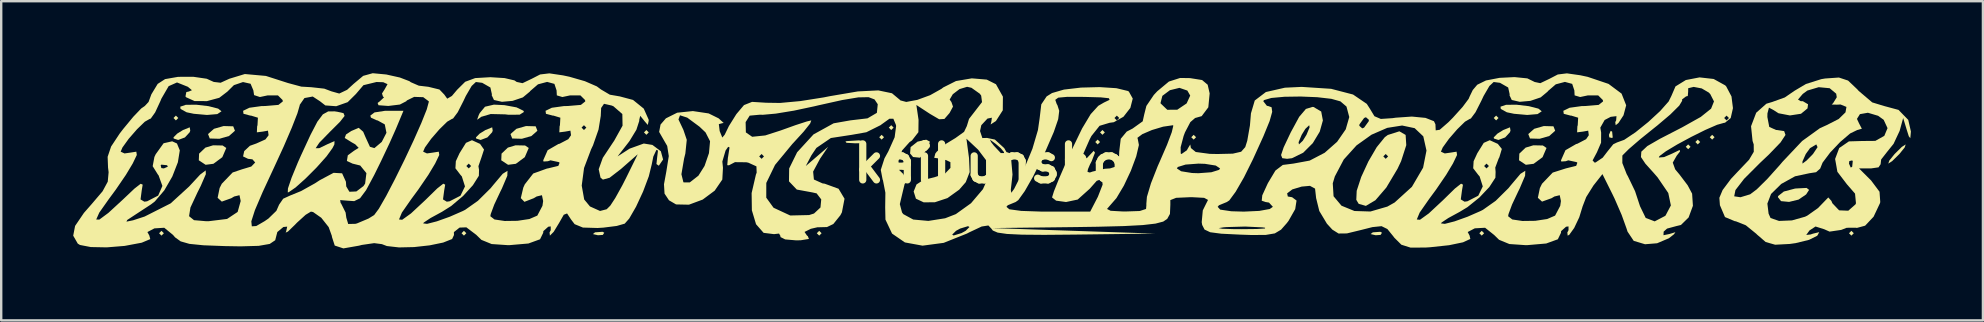
<source format=kicad_pcb>
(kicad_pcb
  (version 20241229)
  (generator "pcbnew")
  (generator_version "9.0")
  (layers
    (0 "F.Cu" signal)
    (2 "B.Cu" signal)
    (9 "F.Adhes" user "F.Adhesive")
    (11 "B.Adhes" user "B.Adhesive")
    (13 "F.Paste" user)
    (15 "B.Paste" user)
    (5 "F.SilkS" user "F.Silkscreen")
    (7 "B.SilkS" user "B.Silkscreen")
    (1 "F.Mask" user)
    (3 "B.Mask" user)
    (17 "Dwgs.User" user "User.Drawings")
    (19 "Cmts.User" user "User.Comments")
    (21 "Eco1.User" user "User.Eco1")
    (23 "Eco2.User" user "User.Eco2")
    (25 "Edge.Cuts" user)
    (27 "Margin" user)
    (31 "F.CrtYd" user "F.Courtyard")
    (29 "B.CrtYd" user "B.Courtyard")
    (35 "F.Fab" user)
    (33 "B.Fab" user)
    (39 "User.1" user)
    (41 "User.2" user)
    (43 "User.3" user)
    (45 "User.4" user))
  (footprint "kaibunsho"
    (layer "F.Cu")
    (at 38.177 3.766)
    (property "Reference" "kaibunsho" (at 0 0 0) (layer "F.SilkS") (effects (font (size 1.5 1.5) (thickness 0.3))))
    (attr board_only exclude_from_pos_files exclude_from_bom)
    (fp_poly (pts (xy -34.4 2.9) (xy -34.5 3) (xy -34.6 2.9) (xy -34.5 2.8)) (stroke (width 0) (type solid)) (fill yes) (layer "F.SilkS"))
    (fp_poly (pts (xy -33.8 -1.9) (xy -33.9 -1.8) (xy -34 -1.9) (xy -33.9 -2)) (stroke (width 0) (type solid)) (fill yes) (layer "F.SilkS"))
    (fp_poly (pts (xy -21.8 2.9) (xy -21.9 3) (xy -22 2.9) (xy -21.9 2.8)) (stroke (width 0) (type solid)) (fill yes) (layer "F.SilkS"))
    (fp_poly (pts (xy -14.2 -1.3) (xy -14.3 -1.2) (xy -14.4 -1.3) (xy -14.3 -1.4)) (stroke (width 0) (type solid)) (fill yes) (layer "F.SilkS"))
    (fp_poly (pts (xy -7 2.9) (xy -7.1 3) (xy -7.2 2.9) (xy -7.1 2.8)) (stroke (width 0) (type solid)) (fill yes) (layer "F.SilkS"))
    (fp_poly (pts (xy -4.4 -1.1) (xy -4.5 -1) (xy -4.6 -1.1) (xy -4.5 -1.2)) (stroke (width 0) (type solid)) (fill yes) (layer "F.SilkS"))
    (fp_poly (pts (xy -4 -1.5) (xy -4.1 -1.4) (xy -4.2 -1.5) (xy -4.1 -1.6)) (stroke (width 0) (type solid)) (fill yes) (layer "F.SilkS"))
    (fp_poly (pts (xy 4.6 -0.9) (xy 4.5 -0.8) (xy 4.4 -0.9) (xy 4.5 -1)) (stroke (width 0) (type solid)) (fill yes) (layer "F.SilkS"))
    (fp_poly (pts (xy 4.8 -1.3) (xy 4.7 -1.2) (xy 4.6 -1.3) (xy 4.7 -1.4)) (stroke (width 0) (type solid)) (fill yes) (layer "F.SilkS"))
    (fp_poly (pts (xy 8.6 -1.1) (xy 8.5 -1) (xy 8.4 -1.1) (xy 8.5 -1.2)) (stroke (width 0) (type solid)) (fill yes) (layer "F.SilkS"))
    (fp_poly (pts (xy 20.6 2.9) (xy 20.5 3) (xy 20.4 2.9) (xy 20.5 2.8)) (stroke (width 0) (type solid)) (fill yes) (layer "F.SilkS"))
    (fp_poly (pts (xy 21.2 -1.9) (xy 21.1 -1.8) (xy 21 -1.9) (xy 21.1 -2)) (stroke (width 0) (type solid)) (fill yes) (layer "F.SilkS"))
    (fp_poly (pts (xy 29.2 -0.7) (xy 29.1 -0.6) (xy 29 -0.7) (xy 29.1 -0.8)) (stroke (width 0) (type solid)) (fill yes) (layer "F.SilkS"))
    (fp_poly (pts (xy 29.6 -0.9) (xy 29.5 -0.8) (xy 29.4 -0.9) (xy 29.5 -1)) (stroke (width 0) (type solid)) (fill yes) (layer "F.SilkS"))
    (fp_poly (pts (xy 30.2 -1.1) (xy 30.1 -1) (xy 30 -1.1) (xy 30.1 -1.2)) (stroke (width 0) (type solid)) (fill yes) (layer "F.SilkS"))
    (fp_poly (pts (xy 36 2.9) (xy 35.9 3) (xy 35.8 2.9) (xy 35.9 2.8)) (stroke (width 0) (type solid)) (fill yes) (layer "F.SilkS"))
    (fp_poly (pts (xy -16.054 2.879) (xy -16.114 2.97) (xy -16.317 2.984) (xy -16.53 2.935) (xy -16.438 2.863) (xy -16.125 2.84)) (stroke (width 0) (type solid)) (fill yes) (layer "F.SilkS"))
    (fp_poly (pts (xy 16.346 2.879) (xy 16.286 2.97) (xy 16.083 2.984) (xy 15.87 2.935) (xy 15.963 2.863) (xy 16.275 2.84)) (stroke (width 0) (type solid)) (fill yes) (layer "F.SilkS"))
    (fp_poly (pts (xy 25.933 -1.333) (xy 25.957 -1.096) (xy 25.933 -1.067) (xy 25.814 -1.094) (xy 25.8 -1.2) (xy 25.873 -1.365)) (stroke (width 0) (type solid)) (fill yes) (layer "F.SilkS"))
    (fp_poly (pts (xy -5.25 -0.938) (xy -5.188 -0.88) (xy -5.464 -0.848) (xy -5.6 -0.846) (xy -5.964 -0.867) (xy -6.007 -0.919) (xy -5.95 -0.938) (xy -5.443 -0.969)) (stroke (width 0) (type solid)) (fill yes) (layer "F.SilkS"))
    (fp_poly (pts (xy 38.121 -0.675) (xy 37.9 -0.4) (xy 37.599 -0.104) (xy 37.438 0) (xy 37.479 -0.125) (xy 37.7 -0.4) (xy 38.001 -0.696) (xy 38.162 -0.8)) (stroke (width 0) (type solid)) (fill yes) (layer "F.SilkS"))
    (fp_poly (pts (xy -33.301 -1.374) (xy -33.326 -1.305) (xy -33.523 -1.091) (xy -33.805 -0.985) (xy -33.99 -1.045) (xy -34 -1.093) (xy -33.847 -1.248) (xy -33.605 -1.398) (xy -33.323 -1.512)) (stroke (width 0) (type solid)) (fill yes) (layer "F.SilkS"))
    (fp_poly (pts (xy -31.952 -0.755) (xy -31.8 -0.652) (xy -31.965 -0.268) (xy -32.337 0.008) (xy -32.661 0.049) (xy -32.945 -0.138) (xy -32.933 -0.416) (xy -32.671 -0.666) (xy -32.348 -0.763)) (stroke (width 0) (type solid)) (fill yes) (layer "F.SilkS"))
    (fp_poly (pts (xy -20.701 -1.374) (xy -20.726 -1.305) (xy -20.923 -1.091) (xy -21.205 -0.985) (xy -21.39 -1.045) (xy -21.4 -1.093) (xy -21.247 -1.248) (xy -21.005 -1.398) (xy -20.723 -1.512)) (stroke (width 0) (type solid)) (fill yes) (layer "F.SilkS"))
    (fp_poly (pts (xy -19.352 -0.755) (xy -19.2 -0.652) (xy -19.365 -0.268) (xy -19.737 0.008) (xy -20.061 0.049) (xy -20.345 -0.138) (xy -20.333 -0.416) (xy -20.071 -0.666) (xy -19.748 -0.763)) (stroke (width 0) (type solid)) (fill yes) (layer "F.SilkS"))
    (fp_poly (pts (xy -2.488 -0.915) (xy -2.597 -0.606) (xy -2.6 -0.6) (xy -2.898 -0.246) (xy -3.19 -0.275) (xy -3.314 -0.422) (xy -3.292 -0.688) (xy -3.004 -0.915) (xy -2.643 -0.997)) (stroke (width 0) (type solid)) (fill yes) (layer "F.SilkS"))
    (fp_poly (pts (xy 21.699 -1.374) (xy 21.674 -1.305) (xy 21.477 -1.091) (xy 21.195 -0.985) (xy 21.01 -1.045) (xy 21 -1.093) (xy 21.153 -1.248) (xy 21.395 -1.398) (xy 21.677 -1.512)) (stroke (width 0) (type solid)) (fill yes) (layer "F.SilkS"))
    (fp_poly (pts (xy 23.048 -0.755) (xy 23.2 -0.652) (xy 23.035 -0.268) (xy 22.663 0.008) (xy 22.339 0.049) (xy 22.055 -0.138) (xy 22.067 -0.416) (xy 22.329 -0.666) (xy 22.652 -0.763)) (stroke (width 0) (type solid)) (fill yes) (layer "F.SilkS"))
    (fp_poly (pts (xy -31.511 -1.554) (xy -31.441 -1.373) (xy -31.444 -1.365) (xy -31.687 -1.15) (xy -32.087 -1.035) (xy -32.489 -1.046) (xy -32.559 -1.227) (xy -32.556 -1.235) (xy -32.313 -1.45) (xy -31.913 -1.565)) (stroke (width 0) (type solid)) (fill yes) (layer "F.SilkS"))
    (fp_poly (pts (xy -18.911 -1.554) (xy -18.841 -1.373) (xy -18.844 -1.365) (xy -19.087 -1.15) (xy -19.487 -1.035) (xy -19.889 -1.046) (xy -19.959 -1.227) (xy -19.956 -1.235) (xy -19.713 -1.45) (xy -19.313 -1.565)) (stroke (width 0) (type solid)) (fill yes) (layer "F.SilkS"))
    (fp_poly (pts (xy 23.489 -1.554) (xy 23.559 -1.373) (xy 23.556 -1.365) (xy 23.313 -1.15) (xy 22.913 -1.035) (xy 22.511 -1.046) (xy 22.441 -1.227) (xy 22.444 -1.235) (xy 22.687 -1.45) (xy 23.087 -1.565)) (stroke (width 0) (type solid)) (fill yes) (layer "F.SilkS"))
    (fp_poly (pts (xy -32.537 -2.393) (xy -32.139 -2.291) (xy -32 -2.179) (xy -32.174 -2.063) (xy -32.604 -2.027) (xy -33.154 -2.076) (xy -33.452 -2.138) (xy -33.706 -2.278) (xy -33.717 -2.372) (xy -33.483 -2.451) (xy -33.037 -2.452)) (stroke (width 0) (type solid)) (fill yes) (layer "F.SilkS"))
    (fp_poly (pts (xy 22.463 -2.393) (xy 22.861 -2.291) (xy 23 -2.179) (xy 22.826 -2.063) (xy 22.396 -2.027) (xy 21.846 -2.076) (xy 21.548 -2.138) (xy 21.294 -2.278) (xy 21.283 -2.372) (xy 21.517 -2.451) (xy 21.963 -2.452)) (stroke (width 0) (type solid)) (fill yes) (layer "F.SilkS"))
    (fp_poly (pts (xy 34.138 1.095) (xy 34.013 1.285) (xy 33.699 1.499) (xy 33.304 1.595) (xy 32.97 1.563) (xy 32.839 1.397) (xy 32.849 1.35) (xy 33.085 1.163) (xy 33.55 1.04) (xy 33.603 1.035) (xy 34.035 1.013)) (stroke (width 0) (type solid)) (fill yes) (layer "F.SilkS"))
    (fp_poly (pts (xy -20.216 -2.436) (xy -19.709 -2.343) (xy -19.423 -2.203) (xy -19.4 -2.153) (xy -19.579 -2.038) (xy -20.057 -2.037) (xy -20.182 -2.052) (xy -20.783 -2.066) (xy -21.181 -1.949) (xy -21.206 -1.928) (xy -21.352 -1.826) (xy -21.282 -2.024) (xy -21.241 -2.107) (xy -21.022 -2.37) (xy -20.651 -2.457)) (stroke (width 0) (type solid)) (fill yes) (layer "F.SilkS"))
    (fp_poly (pts (xy 17.33 -1.195) (xy 17.357 -0.769) (xy 17.142 -0.101) (xy 16.992 0.216) (xy 16.524 1) (xy 16.072 1.525) (xy 15.674 1.761) (xy 15.374 1.675) (xy 15.275 1.508) (xy 15.292 1.132) (xy 15.48 0.556) (xy 15.779 -0.092) (xy 15.901 -0.3) (xy 16.4 -0.3) (xy 16.5 -0.2) (xy 16.6 -0.3) (xy 16.5 -0.4) (xy 16.4 -0.3) (xy 15.901 -0.3) (xy 16.127 -0.687) (xy 16.464 -1.102) (xy 16.585 -1.192) (xy 17.07 -1.346)) (stroke (width 0) (type solid)) (fill yes) (layer "F.SilkS"))
    (fp_poly (pts (xy -27.173 -2.16) (xy -26.916 -2.102) (xy -26.871 -1.987) (xy -27.065 -1.74) (xy -27.464 -1.343) (xy -27.925 -0.87) (xy -28.078 -0.641) (xy -27.926 -0.644) (xy -27.572 -0.815) (xy -27.292 -0.937) (xy -27.297 -0.801) (xy -27.374 -0.648) (xy -27.624 -0.302) (xy -28.029 0.152) (xy -28.493 0.617) (xy -28.916 0.996) (xy -29.202 1.191) (xy -29.239 1.2) (xy -29.231 1.033) (xy -29.08 0.588) (xy -28.816 -0.054) (xy -28.684 -0.35) (xy -28.29 -1.201) (xy -28.005 -1.748) (xy -27.777 -2.052) (xy -27.557 -2.174) (xy -27.291 -2.177)) (stroke (width 0) (type solid)) (fill yes) (layer "F.SilkS"))
    (fp_poly (pts (xy 13.496 -2.358) (xy 13.813 -2.17) (xy 13.883 -1.798) (xy 13.751 -1.329) (xy 13.462 -0.852) (xy 13.063 -0.454) (xy 12.596 -0.225) (xy 12.391 -0.2) (xy 12.192 -0.226) (xy 12.141 -0.358) (xy 12.249 -0.677) (xy 12.35 -0.891) (xy 12.871 -0.891) (xy 12.886 -0.8) (xy 13.047 -0.953) (xy 13.2 -1.2) (xy 13.329 -1.509) (xy 13.314 -1.6) (xy 13.153 -1.447) (xy 13 -1.2) (xy 12.871 -0.891) (xy 12.35 -0.891) (xy 12.528 -1.267) (xy 12.548 -1.308) (xy 12.896 -1.949) (xy 13.176 -2.278) (xy 13.45 -2.362)) (stroke (width 0) (type solid)) (fill yes) (layer "F.SilkS"))
    (fp_poly (pts (xy 35.761 -3.46) (xy 36.145 -3.096) (xy 36.203 -3.03) (xy 36.769 -2.55) (xy 37.262 -2.4) (xy 37.863 -2.238) (xy 38.269 -1.822) (xy 38.38 -1.336) (xy 38.354 -1.058) (xy 38.291 -1.141) (xy 38.209 -1.4) (xy 38.057 -1.9) (xy 37.911 -1.365) (xy 37.658 -0.825) (xy 37.387 -0.488) (xy 37.14 -0.172) (xy 37.117 0.027) (xy 37.031 0.155) (xy 36.721 0.2) (xy 36.218 0.2) (xy 36.722 0.703) (xy 37.072 1.171) (xy 37.103 1.603) (xy 37.089 1.653) (xy 36.825 2.212) (xy 36.472 2.586) (xy 36.125 2.68) (xy 36.093 2.67) (xy 35.706 2.673) (xy 35.475 2.762) (xy 34.991 2.833) (xy 34.768 2.734) (xy 34.406 2.62) (xy 34.155 2.784) (xy 34.019 2.972) (xy 34.2 2.952) (xy 34.3 2.918) (xy 34.56 2.855) (xy 34.492 2.985) (xy 34.467 3.011) (xy 34.137 3.175) (xy 33.579 3.312) (xy 33.331 3.347) (xy 32.724 3.379) (xy 32.329 3.266) (xy 31.967 2.954) (xy 31.94 2.925) (xy 31.502 2.569) (xy 31.084 2.402) (xy 31.048 2.4) (xy 30.634 2.227) (xy 30.423 1.733) (xy 30.418 1.664) (xy 32.4 1.664) (xy 32.451 2.085) (xy 32.533 2.267) (xy 32.885 2.388) (xy 33.423 2.366) (xy 33.968 2.213) (xy 34.063 2.167) (xy 34.509 1.852) (xy 34.736 1.617) (xy 34.937 1.409) (xy 35.068 1.554) (xy 35.107 1.65) (xy 35.388 1.946) (xy 35.77 1.962) (xy 36.07 1.699) (xy 36.091 1.651) (xy 36.052 1.25) (xy 35.713 0.86) (xy 35.317 0.341) (xy 35.257 0) (xy 35.8 0) (xy 35.873 0.165) (xy 35.933 0.133) (xy 35.957 -0.104) (xy 35.933 -0.133) (xy 35.814 -0.106) (xy 35.8 0) (xy 35.257 0) (xy 35.222 -0.194) (xy 35.393 -0.649) (xy 35.797 -0.926) (xy 36.341 -0.942) (xy 36.897 -0.947) (xy 37.271 -1.156) (xy 37.406 -1.478) (xy 37.245 -1.825) (xy 37.014 -1.992) (xy 36.588 -2.119) (xy 36.256 -2.061) (xy 36.132 -1.863) (xy 36.219 -1.677) (xy 36.336 -1.453) (xy 36.145 -1.4) (xy 35.85 -1.257) (xy 35.436 -0.904) (xy 35.015 -0.46) (xy 34.7 -0.041) (xy 34.6 0.207) (xy 34.43 0.358) (xy 34.15 0.401) (xy 33.554 0.528) (xy 32.979 0.846) (xy 32.553 1.265) (xy 32.4 1.664) (xy 30.418 1.664) (xy 30.4 1.424) (xy 30.426 1.362) (xy 31.018 1.362) (xy 31.279 1.401) (xy 31.684 1.278) (xy 31.957 1.073) (xy 32.395 0.641) (xy 32.912 0.065) (xy 32.967 0) (xy 33.862 0) (xy 34.036 -0.131) (xy 34.3 -0.4) (xy 34.491 -0.686) (xy 34.438 -0.8) (xy 34.176 -0.643) (xy 34 -0.4) (xy 33.862 -0.09) (xy 33.862 0) (xy 32.967 0) (xy 33.027 -0.072) (xy 33.849 -0.942) (xy 34.589 -1.476) (xy 34.876 -1.606) (xy 35.371 -1.859) (xy 35.655 -2.136) (xy 35.694 -2.362) (xy 35.449 -2.463) (xy 35.3 -2.456) (xy 35.078 -2.461) (xy 35.139 -2.519) (xy 35.291 -2.765) (xy 35.267 -2.913) (xy 34.995 -3.141) (xy 34.538 -3.184) (xy 34.065 -3.043) (xy 33.871 -2.9) (xy 33.676 -2.668) (xy 33.784 -2.602) (xy 33.879 -2.6) (xy 34.094 -2.472) (xy 34.072 -2.3) (xy 33.802 -2.077) (xy 33.34 -2.007) (xy 32.864 -2.098) (xy 32.64 -2.24) (xy 32.466 -2.332) (xy 32.403 -2.092) (xy 32.4 -1.94) (xy 32.479 -1.528) (xy 32.763 -1.401) (xy 32.8 -1.4) (xy 33.099 -1.355) (xy 33.155 -1.195) (xy 32.948 -0.881) (xy 32.46 -0.375) (xy 32.1 -0.035) (xy 31.432 0.633) (xy 31.07 1.102) (xy 31.018 1.362) (xy 30.426 1.362) (xy 30.536 1.1) (xy 30.883 0.636) (xy 31.185 0.315) (xy 31.637 -0.16) (xy 31.834 -0.493) (xy 31.831 -0.799) (xy 31.783 -0.945) (xy 31.72 -1.557) (xy 31.935 -2.12) (xy 32.359 -2.495) (xy 32.602 -2.568) (xy 33.125 -2.756) (xy 33.53 -3.034) (xy 34.006 -3.317) (xy 34.647 -3.519) (xy 34.807 -3.546) (xy 35.38 -3.586)) (stroke (width 0) (type solid)) (fill yes) (layer "F.SilkS"))
    (fp_poly (pts (xy -25.136 -3.713) (xy -24.57 -3.587) (xy -24.173 -3.435) (xy -24.11 -3.39) (xy -23.781 -3.247) (xy -23.381 -3.2) (xy -22.92 -3.087) (xy -22.719 -2.877) (xy -22.596 -2.705) (xy -22.402 -2.818) (xy -22.183 -3.077) (xy -21.848 -3.409) (xy -21.431 -3.563) (xy -20.797 -3.6) (xy -20.206 -3.563) (xy -19.796 -3.467) (xy -19.701 -3.402) (xy -19.459 -3.351) (xy -19.08 -3.532) (xy -18.726 -3.714) (xy -18.34 -3.76) (xy -17.773 -3.676) (xy -17.505 -3.619) (xy -16.86 -3.433) (xy -16.363 -3.217) (xy -16.191 -3.089) (xy -15.821 -2.871) (xy -15.407 -2.8) (xy -14.856 -2.653) (xy -14.409 -2.291) (xy -14.205 -1.833) (xy -14.203 -1.784) (xy -14.241 -1.611) (xy -14.392 -1.787) (xy -14.4 -1.8) (xy -14.556 -1.992) (xy -14.596 -1.824) (xy -14.597 -1.777) (xy -14.716 -1.41) (xy -15.003 -0.939) (xy -15.05 -0.877) (xy -15.499 -0.3) (xy -14.999 -0.623) (xy -14.407 -0.837) (xy -14.049 -0.779) (xy -13.697 -0.516) (xy -13.603 -0.172) (xy -13.781 0.088) (xy -13.88 0.018) (xy -13.852 -0.25) (xy -13.816 -0.545) (xy -13.881 -0.573) (xy -14.011 -0.293) (xy -14.075 0.027) (xy -14.198 0.528) (xy -14.436 1.162) (xy -14.729 1.794) (xy -15.015 2.29) (xy -15.202 2.501) (xy -15.535 2.597) (xy -16.093 2.667) (xy -16.333 2.682) (xy -16.944 2.664) (xy -17.289 2.522) (xy -17.441 2.323) (xy -17.603 2.076) (xy -17.741 2.13) (xy -17.932 2.465) (xy -18.161 2.842) (xy -18.318 3) (xy -18.318 3) (xy -18.333 2.868) (xy -18.284 2.774) (xy -18.284 2.616) (xy -18.387 2.629) (xy -18.593 2.813) (xy -18.598 2.883) (xy -18.729 3.152) (xy -19.214 3.328) (xy -20.011 3.397) (xy -20.068 3.397) (xy -20.745 3.351) (xy -21.173 3.176) (xy -21.387 2.967) (xy -21.799 2.655) (xy -22.082 2.665) (xy -22.318 2.853) (xy -22.315 2.975) (xy -22.392 3.141) (xy -22.765 3.289) (xy -23.328 3.405) (xy -23.976 3.477) (xy -24.605 3.491) (xy -25.11 3.434) (xy -25.319 3.354) (xy -25.64 3.313) (xy -26.156 3.388) (xy -26.271 3.418) (xy -26.922 3.532) (xy -27.282 3.414) (xy -27.4 3.049) (xy -27.4 3.019) (xy -27.535 2.645) (xy -27.843 2.256) (xy -28.184 2.017) (xy -28.275 2) (xy -28.494 2.132) (xy -28.853 2.458) (xy -28.942 2.55) (xy -29.231 2.83) (xy -29.328 2.875) (xy -29.305 2.824) (xy -29.263 2.625) (xy -29.422 2.641) (xy -29.674 2.85) (xy -29.7 2.95) (xy -29.762 3.192) (xy -29.991 3.346) (xy -30.451 3.426) (xy -31.205 3.447) (xy -31.858 3.436) (xy -32.753 3.402) (xy -33.338 3.343) (xy -33.701 3.239) (xy -33.934 3.071) (xy -34.019 2.971) (xy -34.384 2.672) (xy -34.795 2.698) (xy -35.086 2.851) (xy -35.007 2.995) (xy -34.967 3.145) (xy -35.319 3.293) (xy -35.331 3.296) (xy -36.034 3.428) (xy -36.782 3.489) (xy -37.445 3.476) (xy -37.896 3.389) (xy -37.987 3.333) (xy -38.177 3.002) (xy -38.099 2.596) (xy -37.917 2.328) (xy -37.219 2.328) (xy -37.089 2.332) (xy -36.712 2.053) (xy -36.116 1.505) (xy -35.627 1.042) (xy -35.367 0.84) (xy -35.283 0.876) (xy -35.324 1.124) (xy -35.324 1.125) (xy -35.372 1.492) (xy -35.214 1.586) (xy -35.098 1.57) (xy -34.638 1.332) (xy -34.462 0.93) (xy -34.621 0.489) (xy -34.649 0.456) (xy -34.867 0.106) (xy -34.859 0.067) (xy -34.533 0.067) (xy -34.506 0.186) (xy -34.4 0.2) (xy -34.235 0.127) (xy -34.267 0.067) (xy -34.504 0.043) (xy -34.533 0.067) (xy -34.859 0.067) (xy -34.795 -0.276) (xy -34.741 -0.39) (xy -34.412 -0.848) (xy -34.054 -0.929) (xy -33.855 -0.838) (xy -33.737 -0.551) (xy -33.817 -0.056) (xy -34.048 0.536) (xy -34.384 1.117) (xy -34.778 1.577) (xy -34.935 1.698) (xy -35.461 2.042) (xy -35.903 2.332) (xy -35.926 2.347) (xy -35.96 2.418) (xy -35.893 2.404) (xy -30.757 2.404) (xy -30.737 2.613) (xy -30.551 2.6) (xy -30.205 2.399) (xy -30.045 2.289) (xy -29.713 1.966) (xy -29.6 1.71) (xy -29.43 1.462) (xy -29.135 1.327) (xy -28.683 1.143) (xy -28.106 0.821) (xy -27.906 0.691) (xy -27.331 0.384) (xy -26.975 0.404) (xy -26.816 0.755) (xy -26.803 0.95) (xy -26.671 1.173) (xy -26.381 1.16) (xy -26.084 0.935) (xy -26.016 0.831) (xy -25.963 0.396) (xy -26.221 0.079) (xy -26.54 0) (xy -26.776 -0.111) (xy -26.738 -0.345) (xy -26.477 -0.537) (xy -26.285 -0.656) (xy -26.429 -0.805) (xy -26.572 -0.885) (xy -26.866 -1.068) (xy -26.813 -1.213) (xy -26.592 -1.359) (xy -26.283 -1.491) (xy -26.097 -1.328) (xy -26.001 -1.104) (xy -25.816 -0.701) (xy -25.63 -0.646) (xy -25.324 -0.904) (xy -25.323 -0.906) (xy -25.128 -1.283) (xy -25.197 -1.633) (xy -25.496 -1.799) (xy -25.521 -1.8) (xy -25.774 -1.915) (xy -25.8 -2) (xy -25.624 -2.133) (xy -25.193 -2.199) (xy -25.11 -2.2) (xy -24.42 -2.2) (xy -24.733 -1.45) (xy -24.997 -0.856) (xy -25.355 -0.099) (xy -25.636 0.471) (xy -25.975 1.104) (xy -26.228 1.444) (xy -26.471 1.563) (xy -26.729 1.546) (xy -27.057 1.519) (xy -27.036 1.643) (xy -27.015 1.665) (xy -26.829 2.039) (xy -26.8 2.253) (xy -26.721 2.515) (xy -26.416 2.508) (xy -26.35 2.489) (xy -25.965 2.327) (xy -24.605 2.327) (xy -24.473 2.34) (xy -24.105 2.075) (xy -23.522 1.532) (xy -23.491 1.502) (xy -23.014 1.036) (xy -22.76 0.836) (xy -22.681 0.877) (xy -22.723 1.122) (xy -22.772 1.491) (xy -22.616 1.586) (xy -22.498 1.57) (xy -22.044 1.337) (xy -21.856 0.949) (xy -21.988 0.533) (xy -22.042 0.472) (xy -22.255 0.194) (xy -22.249 0.1) (xy -21.8 0.1) (xy -21.7 0.2) (xy -21.6 0.1) (xy -21.7 0) (xy -21.8 0.1) (xy -22.249 0.1) (xy -22.237 -0.101) (xy -22.084 -0.432) (xy -21.815 -0.865) (xy -21.565 -0.975) (xy -21.229 -0.822) (xy -21.063 -0.586) (xy -21.172 -0.252) (xy -21.296 0.106) (xy -21.271 0.262) (xy -21.278 0.507) (xy -21.526 0.899) (xy -21.936 1.349) (xy -22.429 1.765) (xy -22.817 2.009) (xy -23.291 2.267) (xy -23.569 2.452) (xy -23.6 2.49) (xy -23.437 2.51) (xy -23.028 2.405) (xy -22.491 2.213) (xy -21.945 1.974) (xy -21.849 1.925) (xy -21.317 1.549) (xy -20.788 1.025) (xy -20.682 0.895) (xy -20.285 0.425) (xy -20.085 0.299) (xy -20.093 0.506) (xy -20.319 1.038) (xy -20.386 1.173) (xy -20.637 1.706) (xy -20.784 2.102) (xy -20.8 2.192) (xy -20.627 2.327) (xy -20.203 2.39) (xy -19.671 2.383) (xy -19.172 2.308) (xy -18.848 2.168) (xy -18.84 2.16) (xy -18.629 1.759) (xy -18.6 1.558) (xy -18.65 1.316) (xy -18.87 1.369) (xy -18.991 1.441) (xy -19.38 1.592) (xy -19.531 1.437) (xy -19.427 1) (xy -19.388 0.915) (xy -16.993 0.915) (xy -16.89 1.494) (xy -16.65 1.784) (xy -16.23 1.973) (xy -15.953 1.901) (xy -15.802 1.75) (xy -15.595 1.433) (xy -15.3 0.901) (xy -15.125 0.556) (xy -14.66 -0.389) (xy -15.357 0.223) (xy -15.831 0.589) (xy -16.111 0.666) (xy -16.209 0.586) (xy -16.286 0.235) (xy -16.115 -0.241) (xy -15.671 -0.91) (xy -15.648 -0.941) (xy -15.292 -1.581) (xy -15.301 -2.066) (xy -15.675 -2.391) (xy -15.75 -2.421) (xy -16.065 -2.492) (xy -16.184 -2.318) (xy -16.2 -1.986) (xy -16.293 -1.419) (xy -16.523 -0.761) (xy -16.6 -0.6) (xy -16.896 0.182) (xy -16.993 0.915) (xy -19.388 0.915) (xy -19.366 0.865) (xy -19.013 0.412) (xy -18.439 0.205) (xy -18.398 0.199) (xy -17.967 0.094) (xy -17.915 -0.036) (xy -17.95 -0.063) (xy -18.293 -0.137) (xy -18.4 -0.1) (xy -18.584 -0.087) (xy -18.597 -0.138) (xy -18.412 -0.558) (xy -17.965 -0.816) (xy -17.917 -0.827) (xy -17.551 -1.018) (xy -17.439 -1.182) (xy -17.464 -1.373) (xy -17.686 -1.333) (xy -17.926 -1.303) (xy -17.917 -1.5) (xy -17 -1.5) (xy -16.9 -1.4) (xy -16.8 -1.5) (xy -16.9 -1.6) (xy -17 -1.5) (xy -17.917 -1.5) (xy -17.915 -1.551) (xy -17.9 -1.601) (xy -17.883 -1.913) (xy -18.17 -2) (xy -18.198 -2) (xy -18.483 -2.075) (xy -18.5 -2.2) (xy -18.238 -2.327) (xy -17.739 -2.396) (xy -17.572 -2.4) (xy -17.028 -2.446) (xy -16.845 -2.591) (xy -16.855 -2.65) (xy -17.049 -2.843) (xy -17.478 -2.842) (xy -17.8 -2.774) (xy -18.03 -2.843) (xy -18.041 -3.05) (xy -18.131 -3.322) (xy -18.434 -3.404) (xy -18.815 -3.303) (xy -19.138 -3.025) (xy -19.154 -3) (xy -19.444 -2.759) (xy -19.873 -2.614) (xy -20.317 -2.575) (xy -20.649 -2.651) (xy -20.744 -2.852) (xy -20.734 -2.883) (xy -20.798 -3.171) (xy -21.139 -3.366) (xy -21.402 -3.4) (xy -21.579 -3.234) (xy -21.822 -2.817) (xy -21.919 -2.611) (xy -22.159 -2.139) (xy -22.352 -1.88) (xy -22.401 -1.861) (xy -22.597 -1.747) (xy -22.921 -1.43) (xy -23.266 -1.032) (xy -23.525 -0.672) (xy -23.6 -0.498) (xy -23.44 -0.424) (xy -23.205 -0.457) (xy -22.948 -0.497) (xy -22.928 -0.36) (xy -23.097 -0.007) (xy -23.382 0.468) (xy -23.803 1.084) (xy -24.09 1.473) (xy -24.484 2.038) (xy -24.605 2.327) (xy -25.965 2.327) (xy -25.875 2.289) (xy -25.639 2.142) (xy -25.444 1.879) (xy -25.141 1.351) (xy -24.772 0.643) (xy -24.376 -0.158) (xy -23.996 -0.966) (xy -23.673 -1.696) (xy -23.448 -2.26) (xy -23.363 -2.573) (xy -23.366 -2.597) (xy -23.596 -2.768) (xy -23.973 -2.78) (xy -24.278 -2.631) (xy -24.3 -2.6) (xy -24.568 -2.461) (xy -25.044 -2.403) (xy -25.062 -2.403) (xy -25.459 -2.432) (xy -25.496 -2.526) (xy -25.4 -2.6) (xy -25.229 -2.761) (xy -25.274 -2.797) (xy -25.313 -2.922) (xy -25.2 -3.1) (xy -25.083 -3.31) (xy -25.261 -3.391) (xy -25.542 -3.4) (xy -26.087 -3.267) (xy -26.4 -2.9) (xy -26.743 -2.56) (xy -27.221 -2.391) (xy -27.674 -2.424) (xy -27.9 -2.6) (xy -28.199 -2.795) (xy -28.544 -2.731) (xy -28.74 -2.449) (xy -28.743 -2.42) (xy -28.837 -2.096) (xy -29.07 -1.499) (xy -29.407 -0.716) (xy -29.786 0.109) (xy -30.286 1.186) (xy -30.608 1.94) (xy -30.757 2.404) (xy -35.893 2.404) (xy -35.681 2.361) (xy -35.2 2.204) (xy -34.119 1.657) (xy -33.351 0.956) (xy -32.889 0.457) (xy -32.658 0.283) (xy -32.652 0.44) (xy -32.865 0.931) (xy -33 1.2) (xy -33.294 1.83) (xy -33.351 2.19) (xy -33.145 2.356) (xy -32.647 2.399) (xy -32.54 2.4) (xy -31.767 2.305) (xy -31.327 2.013) (xy -31.2 1.558) (xy -31.25 1.316) (xy -31.47 1.369) (xy -31.591 1.441) (xy -31.987 1.583) (xy -32.161 1.424) (xy -32.078 1.017) (xy -31.988 0.839) (xy -31.535 0.369) (xy -31.144 0.237) (xy -30.759 0.122) (xy -30.596 -0.047) (xy -30.71 -0.178) (xy -30.894 -0.2) (xy -31.101 -0.3) (xy -31.053 -0.521) (xy -30.816 -0.743) (xy -30.549 -0.838) (xy -30.169 -1.008) (xy -30.038 -1.182) (xy -30.064 -1.373) (xy -30.286 -1.333) (xy -30.526 -1.303) (xy -30.515 -1.551) (xy -30.5 -1.601) (xy -30.483 -1.913) (xy -30.77 -2) (xy -30.798 -2) (xy -31.083 -2.075) (xy -31.1 -2.2) (xy -30.838 -2.327) (xy -30.339 -2.396) (xy -30.172 -2.4) (xy -29.628 -2.446) (xy -29.445 -2.591) (xy -29.455 -2.65) (xy -29.649 -2.843) (xy -30.078 -2.842) (xy -30.4 -2.774) (xy -30.642 -2.854) (xy -30.672 -3.05) (xy -30.788 -3.327) (xy -31.104 -3.398) (xy -31.483 -3.269) (xy -31.754 -3) (xy -32.092 -2.742) (xy -32.604 -2.604) (xy -33.121 -2.605) (xy -33.474 -2.765) (xy -33.5 -2.8) (xy -33.465 -2.981) (xy -33.362 -3.003) (xy -33.231 -3.058) (xy -33.4 -3.2) (xy -33.853 -3.381) (xy -34.201 -3.227) (xy -34.503 -2.707) (xy -34.543 -2.609) (xy -34.763 -2.134) (xy -34.947 -1.876) (xy -34.995 -1.859) (xy -35.194 -1.746) (xy -35.52 -1.43) (xy -35.867 -1.032) (xy -36.126 -0.672) (xy -36.2 -0.498) (xy -36.04 -0.424) (xy -35.805 -0.457) (xy -35.548 -0.497) (xy -35.528 -0.36) (xy -35.697 -0.007) (xy -35.982 0.468) (xy -36.403 1.084) (xy -36.69 1.473) (xy -37.091 2.041) (xy -37.219 2.328) (xy -37.917 2.328) (xy -37.731 2.054) (xy -37.41 1.688) (xy -36.954 1.153) (xy -36.738 0.753) (xy -36.702 0.356) (xy -36.726 0.165) (xy -36.743 -0.284) (xy -36.598 -0.713) (xy -36.239 -1.256) (xy -36.089 -1.45) (xy -35.672 -1.954) (xy -35.343 -2.298) (xy -35.195 -2.4) (xy -35.038 -2.569) (xy -34.921 -2.887) (xy -34.658 -3.321) (xy -34.35 -3.52) (xy -33.807 -3.615) (xy -33.172 -3.617) (xy -32.616 -3.536) (xy -32.323 -3.403) (xy -32.037 -3.369) (xy -31.674 -3.535) (xy -31.027 -3.732) (xy -30.15 -3.653) (xy -29.229 -3.357) (xy -28.672 -3.207) (xy -28.261 -3.183) (xy -27.718 -3.123) (xy -27.421 -3.011) (xy -27.094 -2.919) (xy -26.767 -3.074) (xy -26.496 -3.322) (xy -26.097 -3.656) (xy -25.699 -3.766)) (stroke (width 0) (type solid)) (fill yes) (layer "F.SilkS"))
    (fp_poly (pts (xy 24.604 -3.681) (xy 24.916 -3.614) (xy 25.783 -3.321) (xy 26.326 -2.916) (xy 26.518 -2.43) (xy 26.407 -2.013) (xy 26.196 -1.692) (xy 26.081 -1.6) (xy 26.063 -1.729) (xy 26.1 -1.8) (xy 26.114 -1.977) (xy 25.874 -1.949) (xy 25.621 -1.817) (xy 25.441 -1.499) (xy 25.475 -1.292) (xy 25.472 -0.872) (xy 25.299 -0.47) (xy 25.119 -0.132) (xy 25.204 -0.042) (xy 25.244 -0.048) (xy 25.541 -0.248) (xy 25.734 -0.5) (xy 25.98 -0.806) (xy 26.134 -0.881) (xy 26.437 -0.991) (xy 26.906 -1.305) (xy 27.439 -1.734) (xy 27.934 -2.191) (xy 28.287 -2.589) (xy 28.4 -2.817) (xy 28.572 -3.216) (xy 29.004 -3.482) (xy 29.575 -3.592) (xy 30.162 -3.526) (xy 30.642 -3.261) (xy 30.684 -3.218) (xy 30.905 -2.799) (xy 30.966 -2.311) (xy 30.872 -1.898) (xy 30.634 -1.702) (xy 30.6 -1.7) (xy 30.305 -1.617) (xy 29.814 -1.403) (xy 29.228 -1.112) (xy 28.646 -0.798) (xy 28.171 -0.513) (xy 27.902 -0.311) (xy 27.879 -0.254) (xy 28.098 -0.272) (xy 28.433 -0.417) (xy 28.748 -0.57) (xy 28.76 -0.504) (xy 28.621 -0.327) (xy 28.459 -0.041) (xy 28.56 0.239) (xy 28.741 0.456) (xy 29.078 0.901) (xy 29.265 1.252) (xy 29.298 1.757) (xy 29.119 2.243) (xy 28.8 2.556) (xy 28.617 2.6) (xy 28.221 2.707) (xy 28.079 2.834) (xy 28.072 2.983) (xy 28.317 2.933) (xy 28.569 2.857) (xy 28.508 2.944) (xy 28.3 3.108) (xy 27.807 3.318) (xy 27.304 3.359) (xy 26.831 3.217) (xy 26.575 2.833) (xy 26.532 2.7) (xy 26.329 2.136) (xy 26.037 1.463) (xy 25.943 1.268) (xy 25.529 0.437) (xy 25.154 0.913) (xy 24.853 1.393) (xy 24.703 1.782) (xy 24.564 2.235) (xy 24.352 2.681) (xy 24.148 2.965) (xy 24.081 3) (xy 24.067 2.868) (xy 24.116 2.774) (xy 24.116 2.616) (xy 24.013 2.629) (xy 23.807 2.813) (xy 23.802 2.883) (xy 23.671 3.152) (xy 23.186 3.328) (xy 22.389 3.397) (xy 22.332 3.397) (xy 21.651 3.35) (xy 21.222 3.173) (xy 21.02 2.975) (xy 20.641 2.672) (xy 20.211 2.696) (xy 19.916 2.85) (xy 19.993 2.995) (xy 20.026 3.138) (xy 19.722 3.278) (xy 19.142 3.399) (xy 18.348 3.484) (xy 18.148 3.497) (xy 17.531 3.498) (xy 17.153 3.379) (xy 16.86 3.087) (xy 16.816 3.028) (xy 16.57 2.725) (xy 16.327 2.606) (xy 15.948 2.645) (xy 15.469 2.766) (xy 14.884 2.908) (xy 14.536 2.912) (xy 14.277 2.75) (xy 14.05 2.501) (xy 13.946 2.327) (xy 17.795 2.327) (xy 17.927 2.34) (xy 18.295 2.075) (xy 18.878 1.532) (xy 18.909 1.502) (xy 19.386 1.036) (xy 19.64 0.836) (xy 19.719 0.877) (xy 19.677 1.122) (xy 19.628 1.491) (xy 19.784 1.586) (xy 19.902 1.57) (xy 20.356 1.337) (xy 20.544 0.949) (xy 20.412 0.533) (xy 20.358 0.472) (xy 20.145 0.194) (xy 20.151 0.1) (xy 20.6 0.1) (xy 20.7 0.2) (xy 20.8 0.1) (xy 20.7 0) (xy 20.6 0.1) (xy 20.151 0.1) (xy 20.163 -0.101) (xy 20.316 -0.432) (xy 20.585 -0.865) (xy 20.835 -0.975) (xy 21.171 -0.822) (xy 21.338 -0.611) (xy 21.234 -0.264) (xy 21.204 -0.208) (xy 21.064 0.165) (xy 21.078 0.345) (xy 21.07 0.587) (xy 20.819 0.973) (xy 20.404 1.412) (xy 19.906 1.813) (xy 19.583 2.009) (xy 19.109 2.267) (xy 18.831 2.452) (xy 18.8 2.49) (xy 18.963 2.51) (xy 19.372 2.405) (xy 19.909 2.213) (xy 20.455 1.974) (xy 20.551 1.925) (xy 21.083 1.549) (xy 21.612 1.025) (xy 21.718 0.895) (xy 22.115 0.425) (xy 22.315 0.299) (xy 22.307 0.506) (xy 22.081 1.038) (xy 22.014 1.173) (xy 21.763 1.706) (xy 21.616 2.102) (xy 21.6 2.192) (xy 21.773 2.327) (xy 22.197 2.39) (xy 22.729 2.383) (xy 23.228 2.308) (xy 23.552 2.168) (xy 23.56 2.16) (xy 23.771 1.759) (xy 23.8 1.558) (xy 23.75 1.316) (xy 23.53 1.369) (xy 23.409 1.441) (xy 23.013 1.583) (xy 22.839 1.424) (xy 22.923 1.018) (xy 23.012 0.839) (xy 23.457 0.374) (xy 24.007 0.199) (xy 24.436 0.093) (xy 24.48 -0.024) (xy 26.358 -0.024) (xy 26.539 0.438) (xy 26.587 0.523) (xy 26.888 1.148) (xy 27.094 1.773) (xy 27.095 1.775) (xy 27.331 2.262) (xy 27.706 2.406) (xy 28.141 2.179) (xy 28.16 2.16) (xy 28.38 1.742) (xy 28.272 1.225) (xy 27.824 0.57) (xy 27.663 0.385) (xy 27.318 0.002) (xy 27.134 -0.273) (xy 27.149 -0.497) (xy 27.399 -0.731) (xy 27.923 -1.033) (xy 28.757 -1.463) (xy 28.85 -1.511) (xy 29.545 -1.9) (xy 30.6 -1.9) (xy 30.7 -1.8) (xy 30.8 -1.9) (xy 30.7 -2) (xy 30.6 -1.9) (xy 29.545 -1.9) (xy 29.624 -1.944) (xy 30.055 -2.289) (xy 30.176 -2.591) (xy 30.022 -2.894) (xy 29.96 -2.96) (xy 29.664 -3.133) (xy 29.329 -3.196) (xy 29.101 -3.14) (xy 29.1 -3) (xy 29.084 -2.816) (xy 29.012 -2.8) (xy 28.845 -2.672) (xy 28.85 -2.617) (xy 28.728 -2.415) (xy 28.358 -2.048) (xy 27.816 -1.589) (xy 27.7 -1.497) (xy 27.103 -1.016) (xy 26.63 -0.608) (xy 26.373 -0.352) (xy 26.359 -0.332) (xy 26.358 -0.024) (xy 24.48 -0.024) (xy 24.484 -0.037) (xy 24.45 -0.063) (xy 24.107 -0.137) (xy 24 -0.1) (xy 23.816 -0.087) (xy 23.803 -0.138) (xy 23.988 -0.558) (xy 24.435 -0.816) (xy 24.483 -0.827) (xy 24.849 -1.018) (xy 24.961 -1.182) (xy 24.936 -1.373) (xy 24.714 -1.333) (xy 24.474 -1.303) (xy 24.485 -1.551) (xy 24.5 -1.601) (xy 24.517 -1.913) (xy 24.23 -2) (xy 24.202 -2) (xy 23.917 -2.075) (xy 23.9 -2.2) (xy 24.162 -2.327) (xy 24.661 -2.396) (xy 24.828 -2.4) (xy 25.372 -2.446) (xy 25.555 -2.591) (xy 25.545 -2.65) (xy 25.351 -2.843) (xy 24.922 -2.842) (xy 24.6 -2.774) (xy 24.37 -2.843) (xy 24.359 -3.05) (xy 24.269 -3.322) (xy 23.966 -3.404) (xy 23.585 -3.303) (xy 23.262 -3.025) (xy 23.246 -3) (xy 22.956 -2.759) (xy 22.527 -2.614) (xy 22.083 -2.575) (xy 21.751 -2.651) (xy 21.656 -2.852) (xy 21.666 -2.883) (xy 21.602 -3.171) (xy 21.261 -3.366) (xy 20.998 -3.4) (xy 20.821 -3.234) (xy 20.578 -2.817) (xy 20.481 -2.611) (xy 20.241 -2.139) (xy 20.048 -1.88) (xy 19.999 -1.861) (xy 19.803 -1.747) (xy 19.479 -1.43) (xy 19.134 -1.032) (xy 18.875 -0.672) (xy 18.8 -0.498) (xy 18.96 -0.424) (xy 19.195 -0.457) (xy 19.452 -0.497) (xy 19.472 -0.36) (xy 19.303 -0.007) (xy 19.018 0.468) (xy 18.597 1.084) (xy 18.31 1.473) (xy 17.916 2.038) (xy 17.795 2.327) (xy 13.946 2.327) (xy 13.734 1.974) (xy 13.6 1.431) (xy 13.6 1.423) (xy 13.557 1.041) (xy 13.344 0.926) (xy 13 0.957) (xy 12.611 1.074) (xy 12.394 1.239) (xy 12.422 1.37) (xy 12.6 1.4) (xy 12.786 1.538) (xy 12.73 1.896) (xy 12.451 2.387) (xy 12.379 2.481) (xy 12.14 2.752) (xy 11.881 2.907) (xy 11.494 2.972) (xy 10.871 2.973) (xy 10.429 2.958) (xy 9.653 2.92) (xy 9.189 2.859) (xy 8.953 2.747) (xy 8.922 2.687) (xy 9.543 2.687) (xy 9.694 2.714) (xy 10.17 2.729) (xy 10.5 2.731) (xy 11.133 2.724) (xy 11.473 2.702) (xy 11.476 2.671) (xy 11.355 2.655) (xy 10.645 2.622) (xy 9.869 2.644) (xy 9.755 2.653) (xy 9.543 2.687) (xy 8.922 2.687) (xy 8.855 2.556) (xy 8.835 2.439) (xy 8.88 1.95) (xy 8.954 1.8) (xy 9.5 1.8) (xy 9.606 1.917) (xy 10.069 1.985) (xy 10.588 2) (xy 11.232 1.97) (xy 11.669 1.891) (xy 11.8 1.8) (xy 11.638 1.623) (xy 11.496 1.6) (xy 11.335 1.545) (xy 11.358 1.322) (xy 11.575 0.849) (xy 11.589 0.821) (xy 14.295 0.821) (xy 14.328 1.36) (xy 14.658 1.753) (xy 15.198 1.974) (xy 15.864 1.995) (xy 16.57 1.79) (xy 16.872 1.62) (xy 17.592 0.966) (xy 18.058 0.17) (xy 18.199 -0.543) (xy 18.066 -1.136) (xy 17.706 -1.477) (xy 17.184 -1.587) (xy 16.564 -1.489) (xy 15.91 -1.205) (xy 15.285 -0.759) (xy 14.753 -0.171) (xy 14.38 0.536) (xy 14.295 0.821) (xy 11.589 0.821) (xy 11.6 0.8) (xy 11.906 0.289) (xy 12.214 0.055) (xy 12.654 -0.001) (xy 13.333 -0.126) (xy 13.958 -0.452) (xy 14.476 -0.909) (xy 14.835 -1.428) (xy 14.877 -1.576) (xy 15.4 -1.576) (xy 15.523 -1.468) (xy 15.6 -1.5) (xy 15.793 -1.765) (xy 15.8 -1.824) (xy 15.677 -1.932) (xy 15.6 -1.9) (xy 15.407 -1.635) (xy 15.4 -1.576) (xy 14.877 -1.576) (xy 14.982 -1.94) (xy 14.866 -2.377) (xy 14.613 -2.593) (xy 14.236 -2.699) (xy 13.646 -2.767) (xy 12.958 -2.795) (xy 12.284 -2.785) (xy 11.737 -2.735) (xy 11.43 -2.646) (xy 11.4 -2.6) (xy 11.552 -2.406) (xy 11.6 -2.4) (xy 11.746 -2.348) (xy 11.772 -2.157) (xy 11.664 -1.772) (xy 11.405 -1.139) (xy 10.98 -0.204) (xy 10.971 -0.184) (xy 10.594 0.575) (xy 10.249 1.173) (xy 9.985 1.532) (xy 9.883 1.6) (xy 9.555 1.735) (xy 9.5 1.8) (xy 8.954 1.8) (xy 9.009 1.689) (xy 9.098 1.513) (xy 8.938 1.426) (xy 8.459 1.4) (xy 8.331 1.4) (xy 7.769 1.425) (xy 7.528 1.52) (xy 7.529 1.703) (xy 7.512 2.097) (xy 7.398 2.303) (xy 7.232 2.415) (xy 6.911 2.499) (xy 6.382 2.56) (xy 5.592 2.602) (xy 4.487 2.63) (xy 3.626 2.643) (xy 0.1 2.685) (xy 3.5 2.8) (xy 6.9 2.915) (xy 3.544 2.957) (xy 2.274 2.968) (xy 1.351 2.96) (xy 0.722 2.93) (xy 0.334 2.874) (xy 0.133 2.788) (xy 0.078 2.714) (xy -0.052 2.577) (xy -0.331 2.62) (xy -0.844 2.861) (xy -0.946 2.914) (xy -1.914 3.301) (xy -2.794 3.418) (xy -3.53 3.283) (xy -4.002 2.958) (xy -1.56 2.958) (xy -1.5 2.994) (xy -1.171 2.894) (xy -1 2.8) (xy -0.84 2.642) (xy -0.9 2.606) (xy -1.229 2.706) (xy -1.4 2.8) (xy -1.56 2.958) (xy -4.002 2.958) (xy -4.065 2.915) (xy -4.34 2.332) (xy -4.351 1.83) (xy -4.343 1.213) (xy -4.444 0.694) (xy -4.458 0.662) (xy -4.535 0.261) (xy -4.415 -0.111) (xy -3.797 -0.111) (xy -3.763 0.273) (xy -3.594 0.435) (xy -3.495 0.659) (xy -3.615 1.156) (xy -3.741 1.687) (xy -3.649 2.034) (xy -3.597 2.104) (xy -3.183 2.33) (xy -2.553 2.387) (xy -1.853 2.277) (xy -1.408 2.104) (xy -0.984 1.8) (xy 0.7 1.8) (xy 0.821 1.903) (xy 1.316 1.97) (xy 2.158 1.999) (xy 2.383 2) (xy 4.19 2) (xy 4.247 1.889) (xy 4.89 1.889) (xy 5.039 1.965) (xy 5.518 1.992) (xy 5.671 1.994) (xy 6.255 1.974) (xy 6.516 1.889) (xy 6.532 1.712) (xy 6.527 1.699) (xy 6.552 1.386) (xy 6.721 0.821) (xy 6.965 0.2) (xy 7.8 0.2) (xy 7.979 0.319) (xy 8.431 0.391) (xy 8.7 0.4) (xy 9.237 0.36) (xy 9.559 0.26) (xy 9.6 0.2) (xy 9.421 0.081) (xy 8.969 0.009) (xy 8.7 0) (xy 8.163 0.04) (xy 7.841 0.14) (xy 7.8 0.2) (xy 6.965 0.2) (xy 7 0.111) (xy 7.094 -0.101) (xy 7.391 -0.786) (xy 7.587 -1.306) (xy 7.652 -1.578) (xy 7.639 -1.599) (xy 7.228 -1.539) (xy 6.761 -1.399) (xy 6.362 -1.228) (xy 6.157 -1.075) (xy 6.173 -1.017) (xy 6.219 -0.776) (xy 6.107 -0.301) (xy 5.883 0.3) (xy 5.593 0.916) (xy 5.282 1.438) (xy 5.015 1.744) (xy 4.89 1.889) (xy 4.247 1.889) (xy 4.51 1.381) (xy 4.708 0.875) (xy 4.678 0.64) (xy 4.462 0.717) (xy 4.167 1.05) (xy 3.669 1.497) (xy 3.183 1.6) (xy 2.769 1.543) (xy 2.6 1.409) (xy 2.679 1.154) (xy 2.891 0.627) (xy 3.199 -0.084) (xy 3.413 -0.557) (xy 3.853 -1.465) (xy 4.114 -1.9) (xy 5.2 -1.9) (xy 5.3 -1.8) (xy 5.4 -1.9) (xy 5.3 -2) (xy 5.2 -1.9) (xy 4.114 -1.9) (xy 4.21 -2.06) (xy 4.527 -2.408) (xy 4.763 -2.545) (xy 4.997 -2.657) (xy 4.968 -2.724) (xy 4.631 -2.76) (xy 3.948 -2.779) (xy 3.239 -2.782) (xy 2.859 -2.748) (xy 2.734 -2.657) (xy 2.794 -2.485) (xy 2.823 -2.437) (xy 2.899 -2.2) (xy 2.857 -1.853) (xy 2.674 -1.32) (xy 2.331 -0.53) (xy 2.196 -0.237) (xy 1.813 0.533) (xy 1.464 1.145) (xy 1.195 1.52) (xy 1.083 1.6) (xy 0.755 1.735) (xy 0.7 1.8) (xy -0.984 1.8) (xy -0.776 1.651) (xy -0.279 1.066) (xy -0.018 0.476) (xy 0 0.308) (xy -0.098 0) (xy 0.6 0) (xy 0.673 0.165) (xy 0.733 0.133) (xy 0.757 -0.104) (xy 0.733 -0.133) (xy 0.614 -0.106) (xy 0.6 0) (xy -0.098 0) (xy -0.14 -0.132) (xy -0.478 -0.579) (xy -0.484 -0.585) (xy -0.924 -0.998) (xy 0.013 -0.998) (xy 0.063 -0.895) (xy 0.174 -0.75) (xy 0.466 -0.439) (xy 0.597 -0.44) (xy 0.6 -0.476) (xy 0.463 -0.642) (xy 0.25 -0.826) (xy 0.013 -0.998) (xy -0.924 -0.998) (xy -0.967 -1.039) (xy -0.859 -0.235) (xy -0.832 0.355) (xy -0.994 0.772) (xy -1.267 1.085) (xy -1.756 1.436) (xy -2.279 1.609) (xy -2.746 1.614) (xy -3.07 1.461) (xy -3.165 1.162) (xy -3.046 0.868) (xy -2.757 0.68) (xy -2.301 0.568) (xy -1.867 0.424) (xy -1.632 0.179) (xy -1.635 -0.062) (xy -1.916 -0.195) (xy -2.01 -0.2) (xy -2.309 -0.242) (xy -2.262 -0.421) (xy -2.199 -0.501) (xy -1.834 -0.816) (xy -1.424 -1.065) (xy -1.065 -1.323) (xy -0.95 -1.563) (xy -0.858 -1.863) (xy -0.587 -2.213) (xy -0.317 -2.562) (xy -0.352 -2.833) (xy -0.411 -2.913) (xy -0.759 -3.16) (xy -0.939 -3.2) (xy -1.255 -3.104) (xy -1.535 -2.89) (xy -1.665 -2.669) (xy -1.591 -2.564) (xy -1.526 -2.375) (xy -1.669 -2.109) (xy -1.885 -1.86) (xy -2.102 -1.848) (xy -2.48 -2.069) (xy -2.502 -2.083) (xy -3.052 -2.443) (xy -2.961 -1.822) (xy -2.968 -1.308) (xy -3.235 -0.965) (xy -3.335 -0.896) (xy -3.644 -0.551) (xy -3.797 -0.111) (xy -4.415 -0.111) (xy -4.38 -0.219) (xy -4.22 -0.51) (xy -3.957 -1.098) (xy -3.895 -1.568) (xy -3.908 -1.625) (xy -4.011 -1.87) (xy -4.172 -1.871) (xy -4.514 -1.625) (xy -4.541 -1.603) (xy -5.135 -1.307) (xy -5.74 -1.2) (xy -6.614 -1.066) (xy -7.218 -0.653) (xy -7.425 -0.345) (xy -7.658 0.1) (xy -7.193 -0.3) (xy -6.728 -0.7) (xy -7.064 -0.205) (xy -7.353 0.333) (xy -7.321 0.662) (xy -6.963 0.823) (xy -6.87 0.837) (xy -6.293 1.047) (xy -6.045 1.463) (xy -6.154 2.03) (xy -6.218 2.152) (xy -6.511 2.516) (xy -6.78 2.645) (xy -6.789 2.643) (xy -7.179 2.653) (xy -7.447 2.715) (xy -7.711 2.846) (xy -7.609 2.998) (xy -7.576 3.019) (xy -7.528 3.138) (xy -7.868 3.193) (xy -8.062 3.197) (xy -8.517 3.158) (xy -8.718 3.057) (xy -8.712 3.019) (xy -8.773 2.914) (xy -8.983 2.938) (xy -9.416 2.884) (xy -9.731 2.525) (xy -9.905 1.945) (xy -9.915 1.227) (xy -9.736 0.457) (xy -9.705 0.376) (xy -9.715 0.114) (xy -10.053 -0.039) (xy -10.138 -0.056) (xy -10.609 -0.061) (xy -10.856 0.068) (xy -10.93 0.067) (xy -10.904 -0.243) (xy -10.893 -0.3) (xy -9.6 -0.3) (xy -9.5 -0.2) (xy -9.4 -0.3) (xy -9.5 -0.4) (xy -9.6 -0.3) (xy -10.893 -0.3) (xy -10.835 -0.674) (xy -10.892 -0.7) (xy -11 -0.546) (xy -11.135 -0.086) (xy -11.109 0.173) (xy -11.136 0.664) (xy -11.454 1.127) (xy -11.953 1.498) (xy -12.526 1.711) (xy -13.063 1.7) (xy -13.358 1.528) (xy -13.543 1.249) (xy -13.566 0.859) (xy -13.469 0.333) (xy -13.366 -0.314) (xy -13.432 -0.737) (xy -13.534 -0.912) (xy -13.768 -1.32) (xy -13.709 -1.628) (xy -13.526 -1.84) (xy -12.963 -1.84) (xy -12.757 -1.405) (xy -12.617 -0.992) (xy -12.676 -0.42) (xy -12.728 -0.212) (xy -12.84 0.443) (xy -12.756 0.781) (xy -12.492 0.784) (xy -12.131 0.502) (xy -11.876 0.098) (xy -11.692 -0.437) (xy -11.647 -0.933) (xy -11.835 -1.3) (xy -12.087 -1.539) (xy -12.596 -1.915) (xy -12.899 -2.013) (xy -12.963 -1.84) (xy -13.526 -1.84) (xy -13.486 -1.886) (xy -13.016 -2.121) (xy -12.362 -2.189) (xy -11.705 -2.091) (xy -11.288 -1.885) (xy -11.079 -1.693) (xy -11.131 -1.685) (xy -11.281 -1.645) (xy -11.246 -1.355) (xy -11.136 -1.086) (xy -11.037 -1.204) (xy -11.036 -1.205) (xy -10.861 -1.566) (xy -10.759 -1.729) (xy -10.165 -1.729) (xy -10.155 -1.3) (xy -9.892 -1.118) (xy -9.347 -1.174) (xy -8.711 -1.379) (xy -8.086 -1.603) (xy -7.615 -1.756) (xy -7.429 -1.8) (xy -7.477 -1.671) (xy -7.749 -1.33) (xy -8.188 -0.851) (xy -8.216 -0.822) (xy -8.94 0.055) (xy -9.304 0.805) (xy -9.305 1.419) (xy -9.002 1.838) (xy -8.307 2.161) (xy -7.52 2.143) (xy -7.316 2.079) (xy -7.047 1.828) (xy -7.015 1.491) (xy -7.207 1.24) (xy -7.384 1.2) (xy -8.033 1.081) (xy -8.359 0.739) (xy -8.351 0.202) (xy -8.02 -0.472) (xy -7.337 -1.217) (xy -6.499 -1.679) (xy -5.8 -1.802) (xy -5.087 -1.886) (xy -4.697 -2.115) (xy -4.661 -2.471) (xy -4.665 -2.48) (xy -4.795 -2.674) (xy -5.042 -2.768) (xy -5.47 -2.76) (xy -6.145 -2.648) (xy -7.13 -2.429) (xy -7.303 -2.388) (xy -8.151 -2.207) (xy -8.907 -2.083) (xy -9.448 -2.034) (xy -9.565 -2.038) (xy -9.995 -1.999) (xy -10.165 -1.729) (xy -10.759 -1.729) (xy -10.564 -2.041) (xy -10.542 -2.072) (xy -10.233 -2.438) (xy -9.897 -2.572) (xy -9.356 -2.539) (xy -9.328 -2.536) (xy -8.732 -2.527) (xy -7.885 -2.605) (xy -6.92 -2.757) (xy -6.658 -2.809) (xy -5.486 -3.008) (xy -4.638 -3.05) (xy -4.068 -2.931) (xy -3.73 -2.649) (xy -3.722 -2.635) (xy -3.473 -2.569) (xy -3.013 -2.655) (xy -2.478 -2.851) (xy -2.007 -3.115) (xy -1.931 -3.174) (xy -1.401 -3.44) (xy -0.741 -3.552) (xy -0.12 -3.5) (xy 0.264 -3.307) (xy 0.553 -2.79) (xy 0.548 -2.221) (xy 0.262 -1.774) (xy 0.041 -1.631) (xy 0.072 -1.748) (xy 0.093 -1.913) (xy -0.09 -1.876) (xy -0.347 -1.601) (xy -0.4 -1.357) (xy -0.303 -1.065) (xy -0.107 -1.07) (xy 0.22 -1.001) (xy 0.606 -0.647) (xy 0.61 -0.641) (xy 0.901 -0.133) (xy 0.953 0.453) (xy 0.927 0.699) (xy 0.882 1.088) (xy 0.903 1.216) (xy 1.021 1.053) (xy 1.265 0.57) (xy 1.444 0.2) (xy 1.783 -0.62) (xy 2.013 -1.4) (xy 2.084 -1.893) (xy 2.152 -2.467) (xy 2.375 -2.8) (xy 2.6 -2.94) (xy 3.096 -3.084) (xy 3.806 -3.167) (xy 4.583 -3.187) (xy 5.281 -3.142) (xy 5.755 -3.027) (xy 5.8 -3.002) (xy 5.962 -2.71) (xy 5.862 -2.32) (xy 5.575 -1.952) (xy 5.174 -1.725) (xy 4.994 -1.7) (xy 4.58 -1.575) (xy 4.24 -1.149) (xy 4.163 -1) (xy 3.914 -0.436) (xy 3.827 -0.111) (xy 3.905 -0.068) (xy 4.106 -0.288) (xy 4.336 -0.532) (xy 4.388 -0.456) (xy 4.253 -0.104) (xy 4.177 0.043) (xy 4.051 0.338) (xy 4.174 0.371) (xy 4.293 0.33) (xy 4.796 0.215) (xy 5.016 0.2) (xy 5.281 0.116) (xy 5.388 -0.203) (xy 5.4 -0.51) (xy 5.462 -1.034) (xy 5.711 -1.334) (xy 5.955 -1.46) (xy 6.377 -1.762) (xy 6.441 -2.051) (xy 6.53 -2.403) (xy 6.613 -2.525) (xy 7.119 -2.525) (xy 7.125 -2.506) (xy 7.4 -2.243) (xy 7.815 -2.244) (xy 8.207 -2.508) (xy 8.356 -2.834) (xy 8.237 -3.043) (xy 7.908 -3.156) (xy 7.51 -3.058) (xy 7.196 -2.823) (xy 7.119 -2.525) (xy 6.613 -2.525) (xy 6.84 -2.86) (xy 6.982 -3.013) (xy 7.469 -3.419) (xy 7.936 -3.568) (xy 8.347 -3.562) (xy 8.851 -3.482) (xy 9.083 -3.287) (xy 9.166 -2.926) (xy 9.11 -2.345) (xy 8.833 -1.977) (xy 8.56 -1.9) (xy 8.362 -1.729) (xy 8.139 -1.304) (xy 8.081 -1.15) (xy 7.957 -0.682) (xy 7.961 -0.42) (xy 7.994 -0.4) (xy 8.217 -0.556) (xy 8.268 -0.65) (xy 8.358 -0.797) (xy 8.384 -0.65) (xy 8.587 -0.484) (xy 9.171 -0.406) (xy 9.496 -0.4) (xy 10.131 -0.415) (xy 10.478 -0.495) (xy 10.649 -0.688) (xy 10.732 -0.95) (xy 10.844 -1.588) (xy 10.886 -2.093) (xy 11.045 -2.629) (xy 11.509 -2.982) (xy 12.303 -3.163) (xy 13 -3.196) (xy 14.227 -3.116) (xy 15.14 -2.878) (xy 15.712 -2.489) (xy 15.845 -2.281) (xy 16.031 -1.974) (xy 16.297 -1.861) (xy 16.787 -1.894) (xy 16.916 -1.913) (xy 17.59 -1.96) (xy 18.158 -1.905) (xy 18.51 -1.767) (xy 18.572 -1.638) (xy 18.583 -1.385) (xy 18.751 -1.41) (xy 19.116 -1.728) (xy 19.3 -1.914) (xy 19.703 -2.36) (xy 19.956 -2.699) (xy 20 -2.803) (xy 20.127 -3.065) (xy 20.314 -3.286) (xy 20.677 -3.464) (xy 21.243 -3.573) (xy 21.867 -3.604) (xy 22.4 -3.551) (xy 22.696 -3.406) (xy 22.699 -3.402) (xy 22.941 -3.351) (xy 23.32 -3.532) (xy 23.669 -3.713) (xy 24.048 -3.76)) (stroke (width 0) (type solid)) (fill yes) (layer "F.SilkS")))
  (gr_rect
    (start -3 -3)
    (end 79.557 10.298)
    (stroke (width 0.1) (type default))
    (fill no)
    (layer "Edge.Cuts")))
</source>
